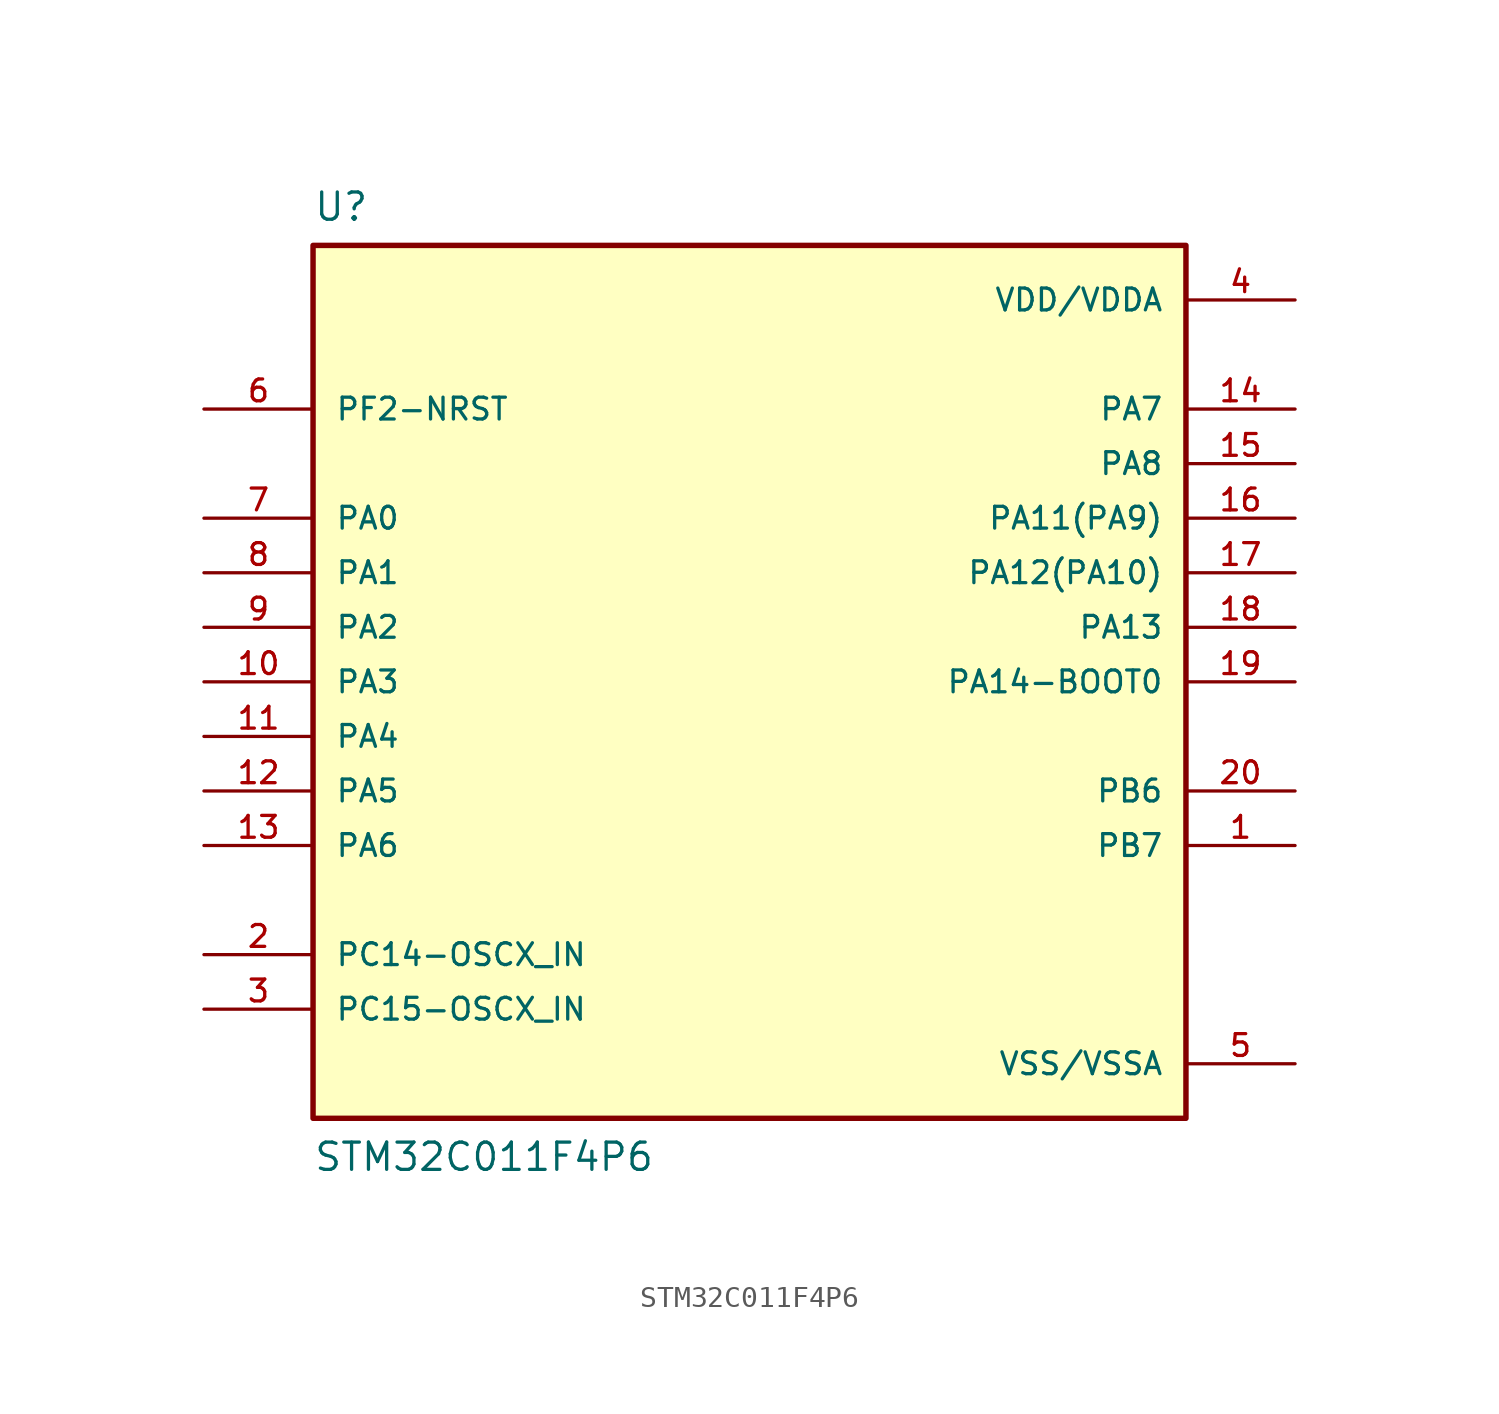
<source format=kicad_sym>
(kicad_symbol_lib
  (version 20211014)
  (generator kicad_symbol_editor)
  (symbol "STM32C011F4P6"
    (pin_names
      (offset 1.016))
    (property "Reference" "U"
      (at -20.32 22.86 0)
      (effects (font (size 1.27 1.27)) (justify top left)))
    (property "Value" "STM32C011F4P6"
      (at -20.32 -22.86 0)
      (effects (font (size 1.27 1.27)) (justify bottom left)))
    (symbol "STM32C011F4P6_0_0"
      (rectangle (start -20.32 -20.32) (end 20.32 20.32) (stroke (width 0.254)) (fill (type background)))
      (pin bidirectional line (at 25.4 -7.62 180.0) (length 5.08) (name "PB7" (effects (font (size 1.016 1.016)))) (number "1" (effects (font (size 1.016 1.016)))))
      (pin bidirectional line (at -25.4 -12.7 0) (length 5.08) (name "PC14-OSCX_IN" (effects (font (size 1.016 1.016)))) (number "2" (effects (font (size 1.016 1.016)))))
      (pin bidirectional line (at -25.4 -15.24 0) (length 5.08) (name "PC15-OSCX_IN" (effects (font (size 1.016 1.016)))) (number "3" (effects (font (size 1.016 1.016)))))
      (pin power_in line (at 25.4 17.78 180.0) (length 5.08) (name "VDD/VDDA" (effects (font (size 1.016 1.016)))) (number "4" (effects (font (size 1.016 1.016)))))
      (pin power_in line (at 25.4 -17.78 180.0) (length 5.08) (name "VSS/VSSA" (effects (font (size 1.016 1.016)))) (number "5" (effects (font (size 1.016 1.016)))))
      (pin bidirectional line (at -25.4 7.62 0) (length 5.08) (name "PA0" (effects (font (size 1.016 1.016)))) (number "7" (effects (font (size 1.016 1.016)))))
      (pin bidirectional line (at -25.4 12.7 0) (length 5.08) (name "PF2-NRST" (effects (font (size 1.016 1.016)))) (number "6" (effects (font (size 1.016 1.016)))))
      (pin bidirectional line (at -25.4 5.08 0) (length 5.08) (name "PA1" (effects (font (size 1.016 1.016)))) (number "8" (effects (font (size 1.016 1.016)))))
      (pin bidirectional line (at -25.4 2.54 0) (length 5.08) (name "PA2" (effects (font (size 1.016 1.016)))) (number "9" (effects (font (size 1.016 1.016)))))
      (pin bidirectional line (at -25.4 0.0 0) (length 5.08) (name "PA3" (effects (font (size 1.016 1.016)))) (number "10" (effects (font (size 1.016 1.016)))))
      (pin bidirectional line (at -25.4 -2.54 0) (length 5.08) (name "PA4" (effects (font (size 1.016 1.016)))) (number "11" (effects (font (size 1.016 1.016)))))
      (pin bidirectional line (at -25.4 -5.08 0) (length 5.08) (name "PA5" (effects (font (size 1.016 1.016)))) (number "12" (effects (font (size 1.016 1.016)))))
      (pin bidirectional line (at -25.4 -7.62 0) (length 5.08) (name "PA6" (effects (font (size 1.016 1.016)))) (number "13" (effects (font (size 1.016 1.016)))))
      (pin bidirectional line (at 25.4 12.7 180.0) (length 5.08) (name "PA7" (effects (font (size 1.016 1.016)))) (number "14" (effects (font (size 1.016 1.016)))))
      (pin bidirectional line (at 25.4 10.16 180.0) (length 5.08) (name "PA8" (effects (font (size 1.016 1.016)))) (number "15" (effects (font (size 1.016 1.016)))))
      (pin bidirectional line (at 25.4 7.62 180.0) (length 5.08) (name "PA11(PA9)" (effects (font (size 1.016 1.016)))) (number "16" (effects (font (size 1.016 1.016)))))
      (pin bidirectional line (at 25.4 5.08 180.0) (length 5.08) (name "PA12(PA10)" (effects (font (size 1.016 1.016)))) (number "17" (effects (font (size 1.016 1.016)))))
      (pin bidirectional line (at 25.4 2.54 180.0) (length 5.08) (name "PA13" (effects (font (size 1.016 1.016)))) (number "18" (effects (font (size 1.016 1.016)))))
      (pin bidirectional line (at 25.4 0.0 180.0) (length 5.08) (name "PA14-BOOT0" (effects (font (size 1.016 1.016)))) (number "19" (effects (font (size 1.016 1.016)))))
      (pin bidirectional line (at 25.4 -5.08 180.0) (length 5.08) (name "PB6" (effects (font (size 1.016 1.016)))) (number "20" (effects (font (size 1.016 1.016))))))))
</source>
